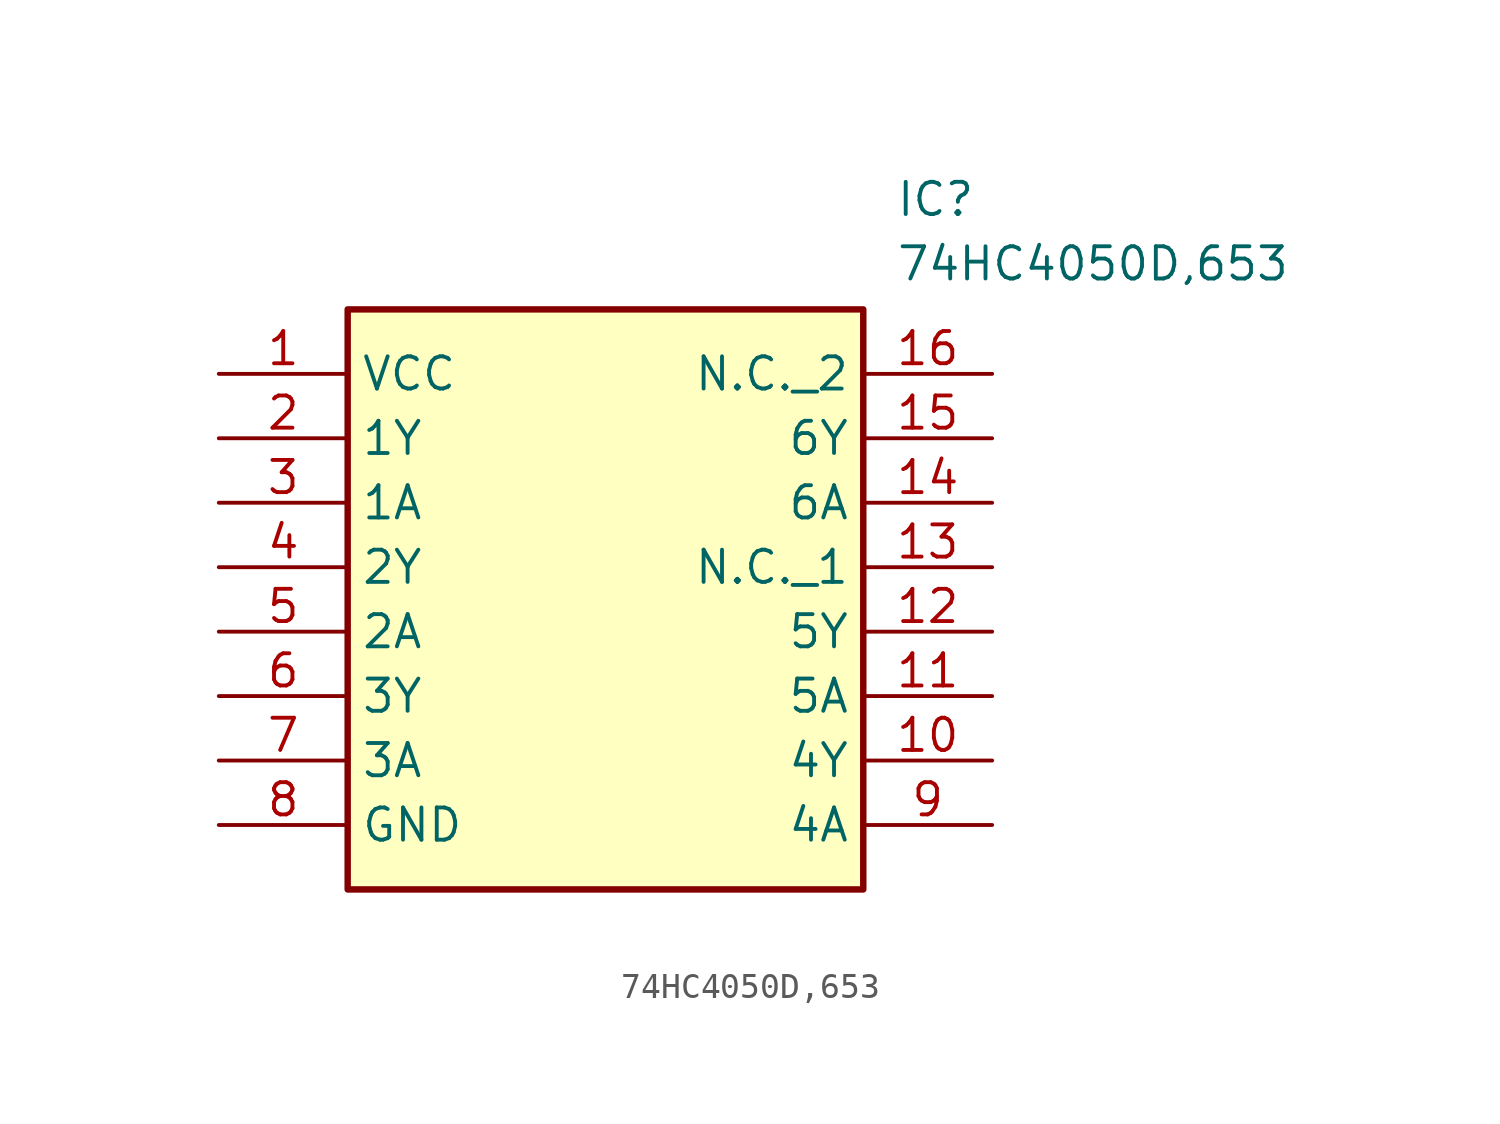
<source format=kicad_sym>
(kicad_symbol_lib
  (version 20211014)
  (generator SamacSys_ECAD_Model)
  (symbol "74HC4050D,653"
    (property "Reference" "IC"
      (at 26.67 7.62 0)
      (effects (font (size 1.27 1.27)) (justify left top)))
    (property "Value" "74HC4050D,653"
      (at 26.67 5.08 0)
      (effects (font (size 1.27 1.27)) (justify left top)))
    (rectangle
      (start 5.08 2.54)
      (end 25.4 -20.32)
      (stroke (width 0.254) (type default))
      (fill (type background)))
    (pin passive line
      (at 0 0 0)
      (length 5.08)
      (name "VCC" (effects (font (size 1.27 1.27))))
      (number "1" (effects (font (size 1.27 1.27)))))
    (pin passive line
      (at 0 -2.54 0)
      (length 5.08)
      (name "1Y" (effects (font (size 1.27 1.27))))
      (number "2" (effects (font (size 1.27 1.27)))))
    (pin passive line
      (at 0 -5.08 0)
      (length 5.08)
      (name "1A" (effects (font (size 1.27 1.27))))
      (number "3" (effects (font (size 1.27 1.27)))))
    (pin passive line
      (at 0 -7.62 0)
      (length 5.08)
      (name "2Y" (effects (font (size 1.27 1.27))))
      (number "4" (effects (font (size 1.27 1.27)))))
    (pin passive line
      (at 0 -10.16 0)
      (length 5.08)
      (name "2A" (effects (font (size 1.27 1.27))))
      (number "5" (effects (font (size 1.27 1.27)))))
    (pin passive line
      (at 0 -12.7 0)
      (length 5.08)
      (name "3Y" (effects (font (size 1.27 1.27))))
      (number "6" (effects (font (size 1.27 1.27)))))
    (pin passive line
      (at 0 -15.24 0)
      (length 5.08)
      (name "3A" (effects (font (size 1.27 1.27))))
      (number "7" (effects (font (size 1.27 1.27)))))
    (pin passive line
      (at 0 -17.78 0)
      (length 5.08)
      (name "GND" (effects (font (size 1.27 1.27))))
      (number "8" (effects (font (size 1.27 1.27)))))
    (pin passive line
      (at 30.48 0 180)
      (length 5.08)
      (name "N.C._2" (effects (font (size 1.27 1.27))))
      (number "16" (effects (font (size 1.27 1.27)))))
    (pin passive line
      (at 30.48 -2.54 180)
      (length 5.08)
      (name "6Y" (effects (font (size 1.27 1.27))))
      (number "15" (effects (font (size 1.27 1.27)))))
    (pin passive line
      (at 30.48 -5.08 180)
      (length 5.08)
      (name "6A" (effects (font (size 1.27 1.27))))
      (number "14" (effects (font (size 1.27 1.27)))))
    (pin passive line
      (at 30.48 -7.62 180)
      (length 5.08)
      (name "N.C._1" (effects (font (size 1.27 1.27))))
      (number "13" (effects (font (size 1.27 1.27)))))
    (pin passive line
      (at 30.48 -10.16 180)
      (length 5.08)
      (name "5Y" (effects (font (size 1.27 1.27))))
      (number "12" (effects (font (size 1.27 1.27)))))
    (pin passive line
      (at 30.48 -12.7 180)
      (length 5.08)
      (name "5A" (effects (font (size 1.27 1.27))))
      (number "11" (effects (font (size 1.27 1.27)))))
    (pin passive line
      (at 30.48 -15.24 180)
      (length 5.08)
      (name "4Y" (effects (font (size 1.27 1.27))))
      (number "10" (effects (font (size 1.27 1.27)))))
    (pin passive line
      (at 30.48 -17.78 180)
      (length 5.08)
      (name "4A" (effects (font (size 1.27 1.27))))
      (number "9" (effects (font (size 1.27 1.27)))))))
</source>
